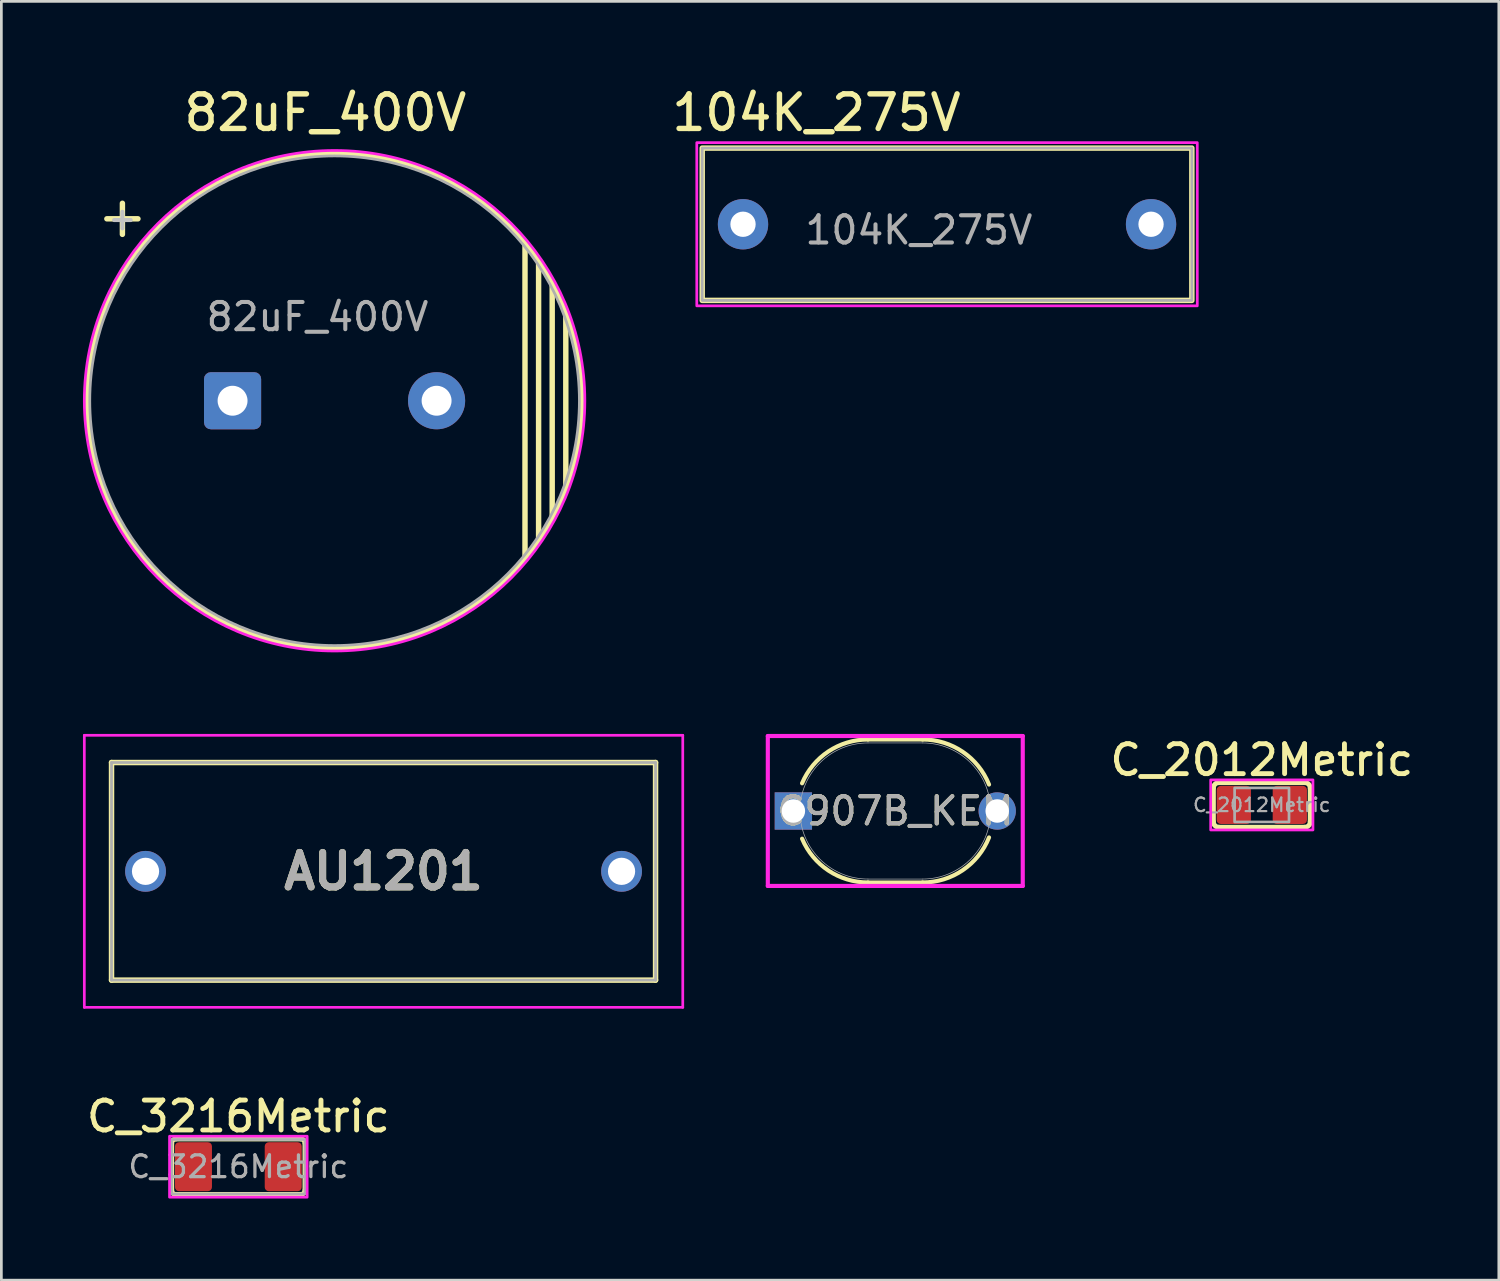
<source format=kicad_pcb>
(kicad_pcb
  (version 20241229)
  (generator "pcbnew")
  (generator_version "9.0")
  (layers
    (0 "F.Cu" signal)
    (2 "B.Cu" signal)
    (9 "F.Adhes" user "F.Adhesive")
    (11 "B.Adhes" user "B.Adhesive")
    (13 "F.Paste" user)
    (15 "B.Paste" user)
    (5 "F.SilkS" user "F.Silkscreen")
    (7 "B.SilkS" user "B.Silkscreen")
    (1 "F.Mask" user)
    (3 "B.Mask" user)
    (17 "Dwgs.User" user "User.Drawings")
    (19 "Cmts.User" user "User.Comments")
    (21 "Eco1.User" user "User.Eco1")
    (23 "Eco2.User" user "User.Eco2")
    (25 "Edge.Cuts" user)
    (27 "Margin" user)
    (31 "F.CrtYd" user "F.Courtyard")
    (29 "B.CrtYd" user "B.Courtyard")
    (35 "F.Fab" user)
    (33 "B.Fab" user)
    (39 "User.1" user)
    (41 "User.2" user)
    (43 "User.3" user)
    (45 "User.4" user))
  (footprint "C_2012Metric"
    (layer "F.Cu")
    (at 43.337 26.541)
    (property "Reference" "C_2012Metric" (at 0 -1.65 0) (layer "F.SilkS") (effects (font (size 1.1 1.1) (thickness 0.18) (bold yes))))
    (attr smd)
    (fp_line (start -1.78 -0.62) (end -1.78 0.62) (stroke (width 0.18) (type solid)) (layer "F.SilkS"))
    (fp_line (start -1.58 -0.82) (end 1.58 -0.82) (stroke (width 0.18) (type solid)) (layer "F.SilkS"))
    (fp_line (start -1.58 0.82) (end 1.58 0.82) (stroke (width 0.18) (type solid)) (layer "F.SilkS"))
    (fp_line (start 1.78 -0.62) (end 1.78 0.62) (stroke (width 0.18) (type solid)) (layer "F.SilkS"))
    (fp_arc (start -1.78 -0.62) (mid -1.721421 -0.761421) (end -1.58 -0.82) (stroke (width 0.18) (type solid)) (layer "F.SilkS"))
    (fp_arc (start -1.58 0.82) (mid -1.721421 0.761421) (end -1.78 0.62) (stroke (width 0.18) (type solid)) (layer "F.SilkS"))
    (fp_arc (start 1.58 -0.82) (mid 1.721421 -0.761421) (end 1.78 -0.62) (stroke (width 0.18) (type solid)) (layer "F.SilkS"))
    (fp_arc (start 1.78 0.62) (mid 1.721421 0.761421) (end 1.58 0.82) (stroke (width 0.18) (type solid)) (layer "F.SilkS"))
    (fp_rect (start -1.88 -0.92) (end 1.88 0.92) (stroke (width 0.1) (type solid)) (fill no) (layer "F.CrtYd"))
    (fp_rect (start -1 -0.625) (end 1 0.625) (stroke (width 0.1) (type solid)) (fill no) (layer "F.Fab"))
    (fp_text user "${REFERENCE}" (at 0 0 0) (layer "F.Fab") (effects (font (size 0.5 0.5) (thickness 0.08))))
    (pad "1" smd roundrect (at -1.03 0) (size 1.26 1.4) (layers "F.Cu" "F.Mask" "F.Paste") (roundrect_rratio 0.119))
    (pad "2" smd roundrect (at 1.03 0) (size 1.26 1.4) (layers "F.Cu" "F.Mask" "F.Paste") (roundrect_rratio 0.119)))
  (footprint "104K_275V"
    (layer "F.Cu")
    (at 31.765 5.194)
    (property "Reference" "104K_275V" (at -4.8 -4.1 0) (layer "F.SilkS") (effects (font (size 1.27 1.27) (thickness 0.2))))
    (attr through_hole)
    (fp_rect (start -9 -2.8) (end 9 2.8) (stroke (width 0.2) (type solid)) (fill no) (layer "F.SilkS"))
    (fp_rect (start -9.2 -3) (end 9.2 3) (stroke (width 0.1) (type default)) (fill no) (layer "F.CrtYd"))
    (fp_rect (start -9 -2.8) (end 9 2.8) (stroke (width 0.1) (type default)) (fill no) (layer "F.Fab"))
    (fp_text user "${REFERENCE}" (at -5.3 0.8 0) (unlocked yes) (layer "F.Fab") (effects (font (size 1 1) (thickness 0.15)) (justify left bottom)))
    (pad "1" thru_hole circle (at -7.5 0) (size 1.85 1.85) (drill 0.93) (layers "*.Cu" "*.Mask"))
    (pad "2" thru_hole circle (at 7.5 0) (size 1.85 1.85) (drill 0.93) (layers "*.Cu" "*.Mask")))
  (footprint "AU1201"
    (layer "F.Cu")
    (at 2.3 28.982)
    (property "Reference" "AU1201" (at 8.75 0 0) (layer "F.SilkS") (effects (font (size 1.27 1.27) (thickness 0.254))))
    (attr through_hole)
    (fp_line (start -1.25 -4) (end 18.75 -4) (stroke (width 0.2) (type solid)) (layer "F.SilkS"))
    (fp_line (start -1.25 4) (end -1.25 -4) (stroke (width 0.2) (type solid)) (layer "F.SilkS"))
    (fp_line (start 18.75 -4) (end 18.75 4) (stroke (width 0.2) (type solid)) (layer "F.SilkS"))
    (fp_line (start 18.75 4) (end -1.25 4) (stroke (width 0.2) (type solid)) (layer "F.SilkS"))
    (fp_line (start -2.25 -5) (end 19.75 -5) (stroke (width 0.1) (type solid)) (layer "F.CrtYd"))
    (fp_line (start -2.25 5) (end -2.25 -5) (stroke (width 0.1) (type solid)) (layer "F.CrtYd"))
    (fp_line (start 19.75 -5) (end 19.75 5) (stroke (width 0.1) (type solid)) (layer "F.CrtYd"))
    (fp_line (start 19.75 5) (end -2.25 5) (stroke (width 0.1) (type solid)) (layer "F.CrtYd"))
    (fp_line (start -1.25 -4) (end -1.25 4) (stroke (width 0.1) (type solid)) (layer "F.Fab"))
    (fp_line (start -1.25 4) (end 18.75 4) (stroke (width 0.1) (type solid)) (layer "F.Fab"))
    (fp_line (start 18.75 -4) (end -1.25 -4) (stroke (width 0.1) (type solid)) (layer "F.Fab"))
    (fp_line (start 18.75 4) (end 18.75 -4) (stroke (width 0.1) (type solid)) (layer "F.Fab"))
    (fp_text user "${REFERENCE}" (at 8.75 0 0) (layer "F.Fab") (effects (font (size 1.27 1.27) (thickness 0.254))))
    (pad "1" thru_hole circle (at 0 0) (size 1.5 1.5) (drill 1) (layers "*.Cu" "*.Mask"))
    (pad "2" thru_hole circle (at 17.5 0) (size 1.5 1.5) (drill 1) (layers "*.Cu" "*.Mask")))
  (footprint "C_3216Metric"
    (layer "F.Cu")
    (at 5.712 39.841)
    (property "Reference" "C_3216Metric" (at 0 -1.85 0) (layer "F.SilkS") (effects (font (size 1.1 1.1) (thickness 0.18) (bold yes))))
    (attr smd)
    (fp_line (start -2.45 -0.87) (end -2.45 0.87) (stroke (width 0.18) (type solid)) (layer "F.SilkS"))
    (fp_line (start -2.3 -1.02) (end 2.3 -1.02) (stroke (width 0.18) (type solid)) (layer "F.SilkS"))
    (fp_line (start -2.3 1.02) (end 2.3 1.02) (stroke (width 0.18) (type solid)) (layer "F.SilkS"))
    (fp_line (start 2.45 -0.87) (end 2.45 0.87) (stroke (width 0.18) (type solid)) (layer "F.SilkS"))
    (fp_arc (start -2.45 -0.87) (mid -2.406066 -0.976066) (end -2.3 -1.02) (stroke (width 0.18) (type solid)) (layer "F.SilkS"))
    (fp_arc (start -2.3 1.02) (mid -2.406066 0.976066) (end -2.45 0.87) (stroke (width 0.18) (type solid)) (layer "F.SilkS"))
    (fp_arc (start 2.3 -1.02) (mid 2.406066 -0.976066) (end 2.45 -0.87) (stroke (width 0.18) (type solid)) (layer "F.SilkS"))
    (fp_arc (start 2.45 0.87) (mid 2.406066 0.976066) (end 2.3 1.02) (stroke (width 0.18) (type solid)) (layer "F.SilkS"))
    (fp_rect (start -2.53 -1.12) (end 2.53 1.12) (stroke (width 0.1) (type solid)) (fill no) (layer "F.CrtYd"))
    (fp_rect (start -2.45 -1) (end 2.45 1) (stroke (width 0.1) (type solid)) (fill no) (layer "F.Fab"))
    (fp_text user "${REFERENCE}" (at 0 0 0) (layer "F.Fab") (effects (font (size 0.8 0.8) (thickness 0.12))))
    (pad "1" smd roundrect (at -1.65 0) (size 1.36 1.8) (layers "F.Cu" "F.Mask" "F.Paste") (roundrect_rratio 0.11))
    (pad "2" smd roundrect (at 1.65 0) (size 1.36 1.8) (layers "F.Cu" "F.Mask" "F.Paste") (roundrect_rratio 0.11)))
  (footprint "82uF_400V"
    (layer "F.Cu")
    (at 9.25 11.682)
    (property "Reference" "82uF_400V" (at -0.34 -10.588 0) (layer "F.SilkS") (effects (font (size 1.27 1.27) (thickness 0.2))))
    (attr through_hole)
    (fp_line (start 7 -5.8) (end 7 5.8) (stroke (width 0.2) (type solid)) (layer "F.SilkS"))
    (fp_line (start 7.5 -5.1) (end 7.5 5.1) (stroke (width 0.2) (type solid)) (layer "F.SilkS"))
    (fp_line (start 8 -4.3) (end 8 4.3) (stroke (width 0.2) (type solid)) (layer "F.SilkS"))
    (fp_line (start 8.5 -3.2) (end 8.5 3.2) (stroke (width 0.2) (type solid)) (layer "F.SilkS"))
    (fp_circle (center 0 0) (end 9.1 0) (stroke (width 0.2) (type solid)) (fill no) (layer "F.SilkS"))
    (fp_circle (center 0 0) (end 9.2 0) (stroke (width 0.1) (type solid)) (fill no) (layer "F.CrtYd"))
    (fp_circle (center 0 0) (end 9 0) (stroke (width 0.1) (type solid)) (fill no) (layer "F.Fab"))
    (fp_text user "+" (at -7.8 -6.8 0) (layer "F.SilkS") (effects (font (size 1.5 1.5) (thickness 0.2))))
    (fp_text user "+" (at -7.8 -6.7 0) (layer "Dwgs.User") (effects (font (size 0.8 0.8) (thickness 0.15))))
    (fp_text user "${REFERENCE}" (at -4.8 -2.5 0) (unlocked yes) (layer "F.Fab") (effects (font (size 1 1) (thickness 0.15)) (justify left bottom)))
    (pad "1" thru_hole roundrect (at -3.75 0) (size 2.1 2.1) (drill 1.1) (layers "*.Cu" "*.Mask") (roundrect_rratio 0.119))
    (pad "2" thru_hole circle (at 3.75 0) (size 2.1 2.1) (drill 1.1) (layers "*.Cu" "*.Mask")))
  (footprint "C907B_KEM"
    (layer "F.Cu")
    (at 29.863 26.764)
    (property "Reference" "C907B_KEM" (at 0 0 0) (unlocked yes) (layer "F.SilkS") (effects (font (size 1 1) (thickness 0.15))))
    (attr through_hole)
    (fp_line (start -1.003 -2.629) (end 1.003 -2.629) (stroke (width 0.152) (type solid)) (layer "F.SilkS"))
    (fp_line (start -1.003 2.629) (end 1.003 2.629) (stroke (width 0.152) (type solid)) (layer "F.SilkS"))
    (fp_arc (start -3.42687 -1.01854) (mid -2.458201 -2.189607) (end -1.0033 -2.6289) (stroke (width 0.1524) (type solid)) (layer "F.SilkS"))
    (fp_arc (start -1.003297 2.6289) (mid -2.4582 2.189608) (end -3.42687 1.018541) (stroke (width 0.1524) (type solid)) (layer "F.SilkS"))
    (fp_arc (start 1.003299 -2.6289) (mid 2.478609 -2.175909) (end 3.445491 -0.973046) (stroke (width 0.1524) (type solid)) (layer "F.SilkS"))
    (fp_arc (start 3.445491 0.973045) (mid 2.47861 2.175908) (end 1.0033 2.6289) (stroke (width 0.1524) (type solid)) (layer "F.SilkS"))
    (fp_line (start -4.686 -2.756) (end 4.686 -2.756) (stroke (width 0.152) (type solid)) (layer "F.CrtYd"))
    (fp_line (start -4.686 2.756) (end -4.686 -2.756) (stroke (width 0.152) (type solid)) (layer "F.CrtYd"))
    (fp_line (start 4.686 -2.756) (end 4.686 2.756) (stroke (width 0.152) (type solid)) (layer "F.CrtYd"))
    (fp_line (start 4.686 2.756) (end -4.686 2.756) (stroke (width 0.152) (type solid)) (layer "F.CrtYd"))
    (fp_line (start -1.003 -2.502) (end 1.003 -2.502) (stroke (width 0.025) (type solid)) (layer "F.Fab"))
    (fp_line (start -1.003 2.502) (end 1.003 2.502) (stroke (width 0.025) (type solid)) (layer "F.Fab"))
    (fp_arc (start -1.0033 2.5019) (mid -3.5052 0) (end -1.0033 -2.5019) (stroke (width 0.0254) (type solid)) (layer "F.Fab"))
    (fp_arc (start 1.0033 -2.5019) (mid 3.5052 0) (end 1.0033 2.5019) (stroke (width 0.0254) (type solid)) (layer "F.Fab"))
    (fp_text user "${REFERENCE}" (at 0 0 0) (unlocked yes) (layer "F.Fab") (effects (font (size 1 1) (thickness 0.15))))
    (pad "1" thru_hole rect (at -3.747 0) (size 1.372 1.372) (drill 0.864) (layers "*.Cu" "*.Mask"))
    (pad "2" thru_hole circle (at 3.747 0) (size 1.372 1.372) (drill 0.864) (layers "*.Cu" "*.Mask")))
  (gr_rect
    (start -3 -3)
    (end 52.05 44.011)
    (stroke (width 0.1) (type default))
    (fill no)
    (layer "Edge.Cuts")))
</source>
